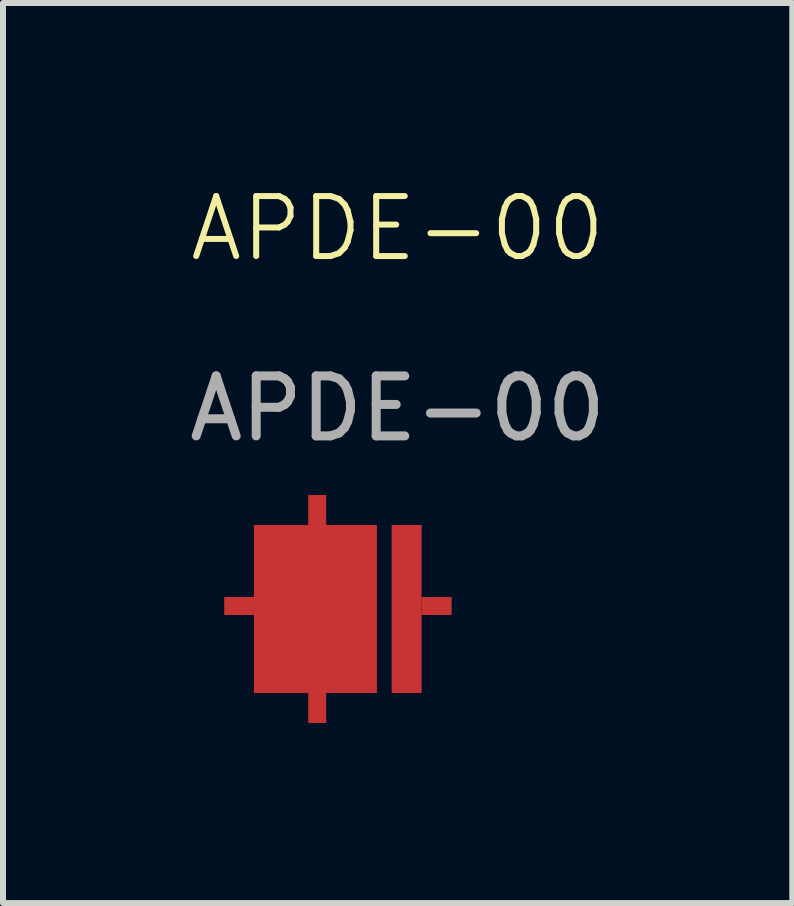
<source format=kicad_pcb>
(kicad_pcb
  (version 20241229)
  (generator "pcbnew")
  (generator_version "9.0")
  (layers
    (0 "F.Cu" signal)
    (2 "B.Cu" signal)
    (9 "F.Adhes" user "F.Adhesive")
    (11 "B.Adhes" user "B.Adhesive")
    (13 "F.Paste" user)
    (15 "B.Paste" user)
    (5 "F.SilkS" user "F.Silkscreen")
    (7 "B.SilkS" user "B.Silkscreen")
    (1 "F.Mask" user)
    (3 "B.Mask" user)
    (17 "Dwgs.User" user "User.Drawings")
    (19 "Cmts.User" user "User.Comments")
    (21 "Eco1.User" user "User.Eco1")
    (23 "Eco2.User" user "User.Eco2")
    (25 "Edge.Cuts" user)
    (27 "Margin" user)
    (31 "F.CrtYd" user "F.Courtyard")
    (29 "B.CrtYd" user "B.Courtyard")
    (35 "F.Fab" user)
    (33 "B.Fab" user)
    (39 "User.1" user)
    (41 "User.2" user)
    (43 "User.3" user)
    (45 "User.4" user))
  (footprint "APDE-00"
    (layer "F.Cu")
    (at 3.577 1.26)
    (property "Reference" "APDE-00" (at 0 -0.5 0) (unlocked yes) (layer "F.SilkS") (effects (font (size 1 1) (thickness 0.1))))
    (attr smd)
    (fp_rect (start -2.395 4.43) (end -0.345 7.24) (stroke (width 0.1) (type solid)) (fill yes) (layer "F.Mask"))
    (fp_rect (start -0.11 4.44) (end 0.41 7.25) (stroke (width 0.1) (type solid)) (fill yes) (layer "F.Mask"))
    (fp_text user "${REFERENCE}" (at 0 2.5 0) (unlocked yes) (layer "F.Fab") (effects (font (size 1 1) (thickness 0.15))))
    (pad "1" smd rect (at 0.15 5.84) (size 0.5 2.8) (layers "F.Cu" "F.Mask" "F.Paste"))
    (pad "1" smd rect (at 0.65 5.79 180) (size 0.5 0.3) (layers "F.Cu" "F.Mask" "F.Paste"))
    (pad "2" smd rect (at -2.64 5.79) (size 0.5 0.3) (layers "F.Cu" "F.Mask" "F.Paste"))
    (pad "2" smd rect (at -1.37 5.84) (size 2.05 2.8) (layers "F.Cu" "F.Mask" "F.Paste"))
    (pad "2" smd rect (at -1.34 4.19 90) (size 0.5 0.3) (layers "F.Cu" "F.Mask" "F.Paste"))
    (pad "2" smd rect (at -1.34 7.49 90) (size 0.5 0.3) (layers "F.Cu" "F.Mask" "F.Paste")))
  (gr_rect
    (start -3 -3)
    (end 10.155 12.001)
    (stroke (width 0.1) (type default))
    (fill no)
    (layer "Edge.Cuts")))
</source>
